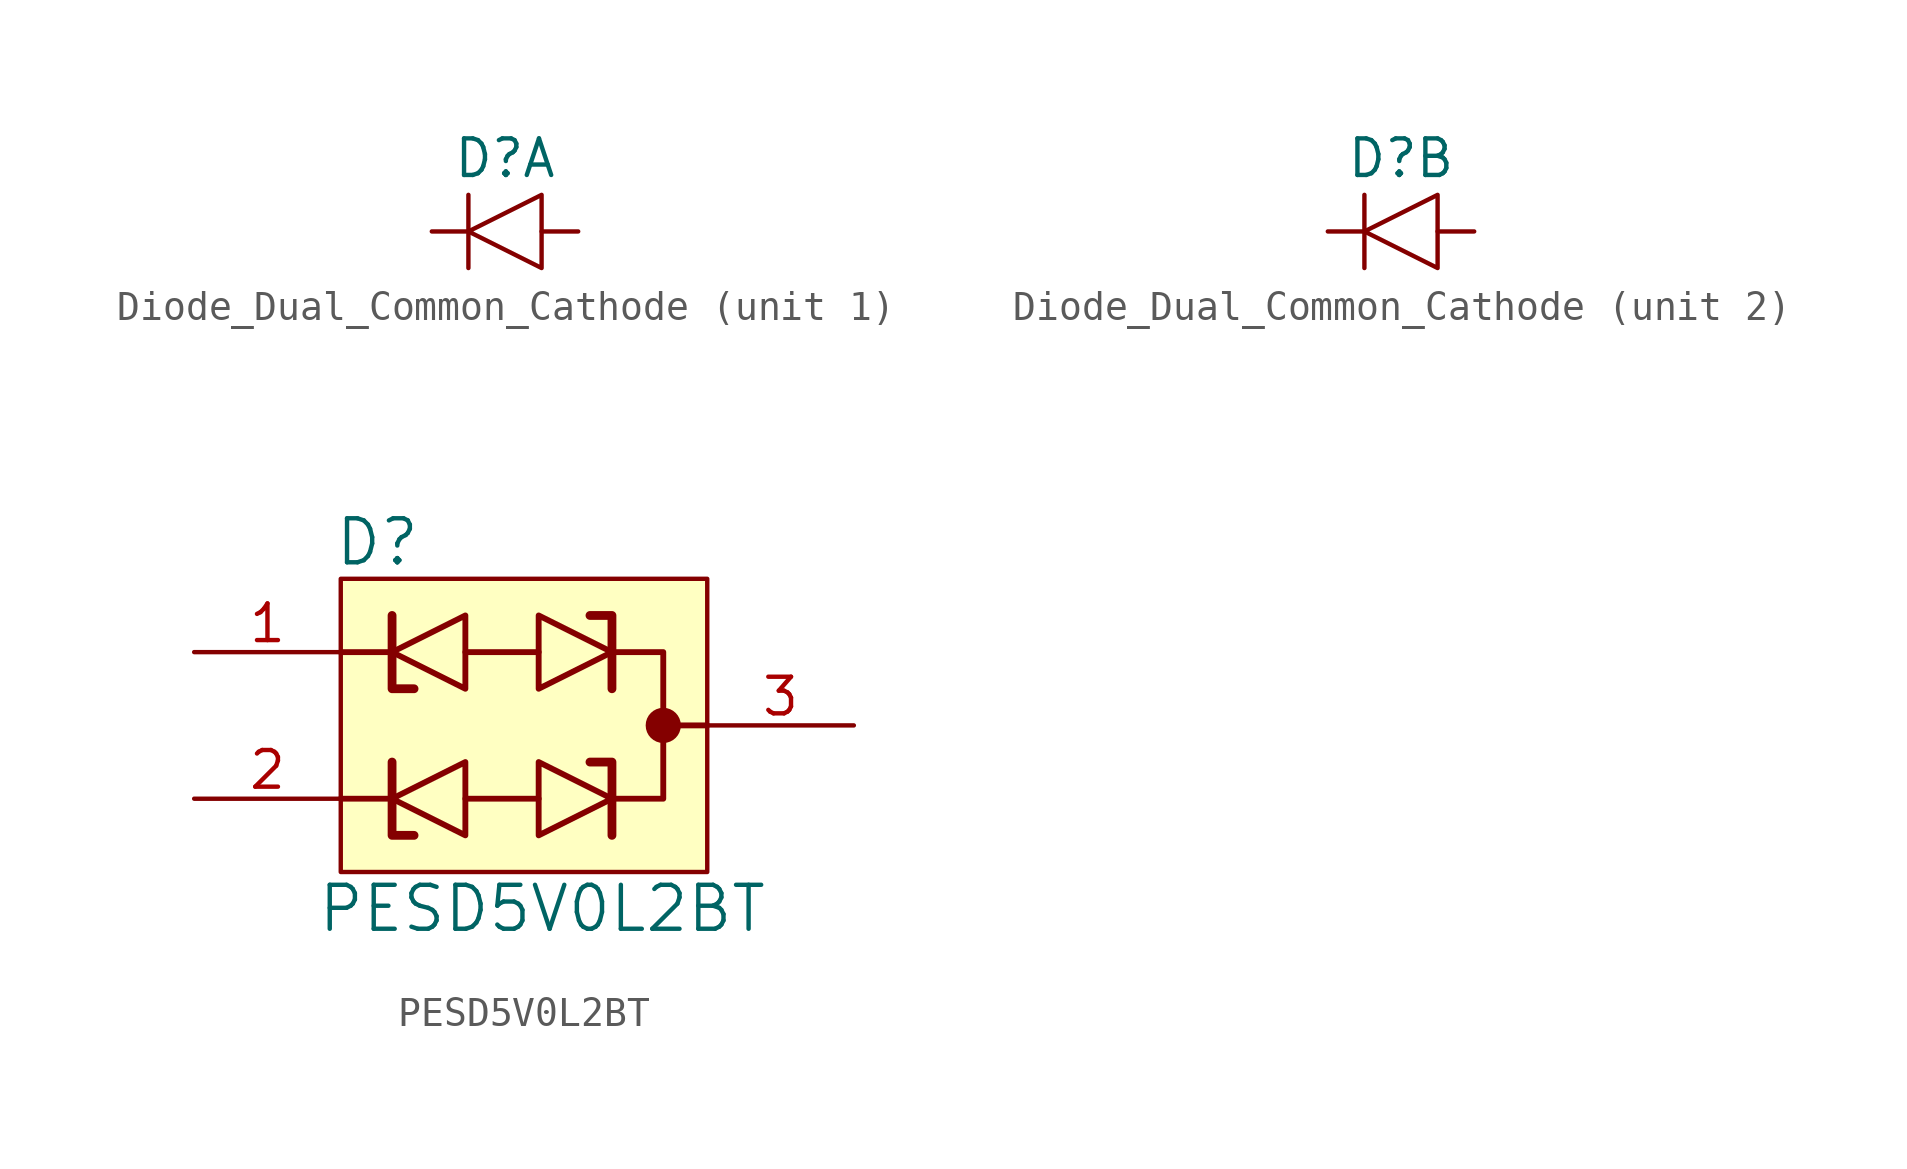
<source format=kicad_sym>
(kicad_symbol_lib
  (version 20211014)
  (generator kicad_symbol_editor)
  (symbol "Diode_Dual_Common_Cathode"
    (pin_numbers hide)
    (pin_names
      (offset 1.016) hide)
    (property "Reference" "D"
      (at 0 2.54 0)
      (effects (font (size 1.27 1.27))))
    (symbol "Diode_Dual_Common_Cathode_0_1"
      (polyline (pts (xy -1.27 1.27) (xy -1.27 -1.27)) (stroke (width 0) (type default) (color 0 0 0 0)) (fill (type none)))
      (polyline (pts (xy -1.27 0) (xy 1.27 1.27) (xy 1.27 -1.27) (xy -1.27 0)) (stroke (width 0) (type default) (color 0 0 0 0)) (fill (type none)))
      (pin passive line (at -2.54 0 0) (length 1.27) (name "K" (effects (font (size 1.27 1.27)))) (number "3" (effects (font (size 1.27 1.27))))))
    (symbol "Diode_Dual_Common_Cathode_1_1"
      (pin passive line (at 2.54 0 180) (length 1.27) (name "A1" (effects (font (size 1.27 1.27)))) (number "1" (effects (font (size 1.27 1.27))))))
    (symbol "Diode_Dual_Common_Cathode_2_1"
      (pin passive line (at 2.54 0 180) (length 1.27) (name "A2" (effects (font (size 1.27 1.27)))) (number "2" (effects (font (size 1.27 1.27)))))))
  (symbol "PESD5V0L2BT"
    (pin_names
      (offset 1.016))
    (property "Reference" "D"
      (at -5.08 6.35 0)
      (effects (font (size 1.524 1.524))))
    (property "Value" "PESD5V0L2BT"
      (at 0.635 -6.35 0)
      (effects (font (size 1.524 1.524))))
    (symbol "PESD5V0L2BT_0_1"
      (rectangle (start -6.35 5.08) (end 6.35 -5.08) (stroke (width 0) (type default) (color 0 0 0 0)) (fill (type background)))
      (polyline (pts (xy -4.572 -2.54) (xy -6.35 -2.54)) (stroke (width 0.203) (type default) (color 0 0 0 0)) (fill (type none)))
      (polyline (pts (xy -4.572 2.54) (xy -6.35 2.54)) (stroke (width 0.203) (type default) (color 0 0 0 0)) (fill (type none)))
      (polyline (pts (xy -2.032 2.54) (xy 0.508 2.54)) (stroke (width 0.203) (type default) (color 0 0 0 0)) (fill (type none)))
      (polyline (pts (xy 0.508 -2.54) (xy -2.032 -2.54)) (stroke (width 0.203) (type default) (color 0 0 0 0)) (fill (type none)))
      (polyline (pts (xy 4.826 0) (xy 6.35 0)) (stroke (width 0.203) (type default) (color 0 0 0 0)) (fill (type none)))
      (polyline (pts (xy -4.572 -1.27) (xy -4.572 -3.81) (xy -3.81 -3.81)) (stroke (width 0.305) (type default) (color 0 0 0 0)) (fill (type none)))
      (polyline (pts (xy -4.572 3.81) (xy -4.572 1.27) (xy -3.81 1.27)) (stroke (width 0.305) (type default) (color 0 0 0 0)) (fill (type none)))
      (polyline (pts (xy 3.048 -3.81) (xy 3.048 -1.27) (xy 2.286 -1.27)) (stroke (width 0.305) (type default) (color 0 0 0 0)) (fill (type none)))
      (polyline (pts (xy 3.048 1.27) (xy 3.048 3.81) (xy 2.286 3.81)) (stroke (width 0.305) (type default) (color 0 0 0 0)) (fill (type none)))
      (polyline (pts (xy -2.032 -3.81) (xy -4.572 -2.54) (xy -2.032 -1.27) (xy -2.032 -3.81)) (stroke (width 0.203) (type default) (color 0 0 0 0)) (fill (type none)))
      (polyline (pts (xy -2.032 1.27) (xy -4.572 2.54) (xy -2.032 3.81) (xy -2.032 1.27)) (stroke (width 0.203) (type default) (color 0 0 0 0)) (fill (type none)))
      (polyline (pts (xy 0.508 -3.81) (xy 0.508 -1.27) (xy 3.048 -2.54) (xy 0.508 -3.81)) (stroke (width 0.203) (type default) (color 0 0 0 0)) (fill (type none)))
      (polyline (pts (xy 0.508 1.27) (xy 0.508 3.81) (xy 3.048 2.54) (xy 0.508 1.27)) (stroke (width 0.203) (type default) (color 0 0 0 0)) (fill (type none)))
      (polyline (pts (xy 3.048 2.54) (xy 4.826 2.54) (xy 4.826 -2.54) (xy 3.048 -2.54)) (stroke (width 0.203) (type default) (color 0 0 0 0)) (fill (type none)))
      (circle (center 4.826 0) (radius 0.0001) (stroke (width 0.61) (type default) (color 0 0 0 0)) (fill (type none))))
    (symbol "PESD5V0L2BT_1_1"
      (pin passive line (at -11.43 2.54 0) (length 5.08) (name "~" (effects (font (size 1.27 1.27)))) (number "1" (effects (font (size 1.27 1.27)))))
      (pin passive line (at -11.43 -2.54 0) (length 5.08) (name "~" (effects (font (size 1.27 1.27)))) (number "2" (effects (font (size 1.27 1.27)))))
      (pin passive line (at 11.43 0 180) (length 5.08) (name "~" (effects (font (size 1.27 1.27)))) (number "3" (effects (font (size 1.27 1.27))))))))
</source>
